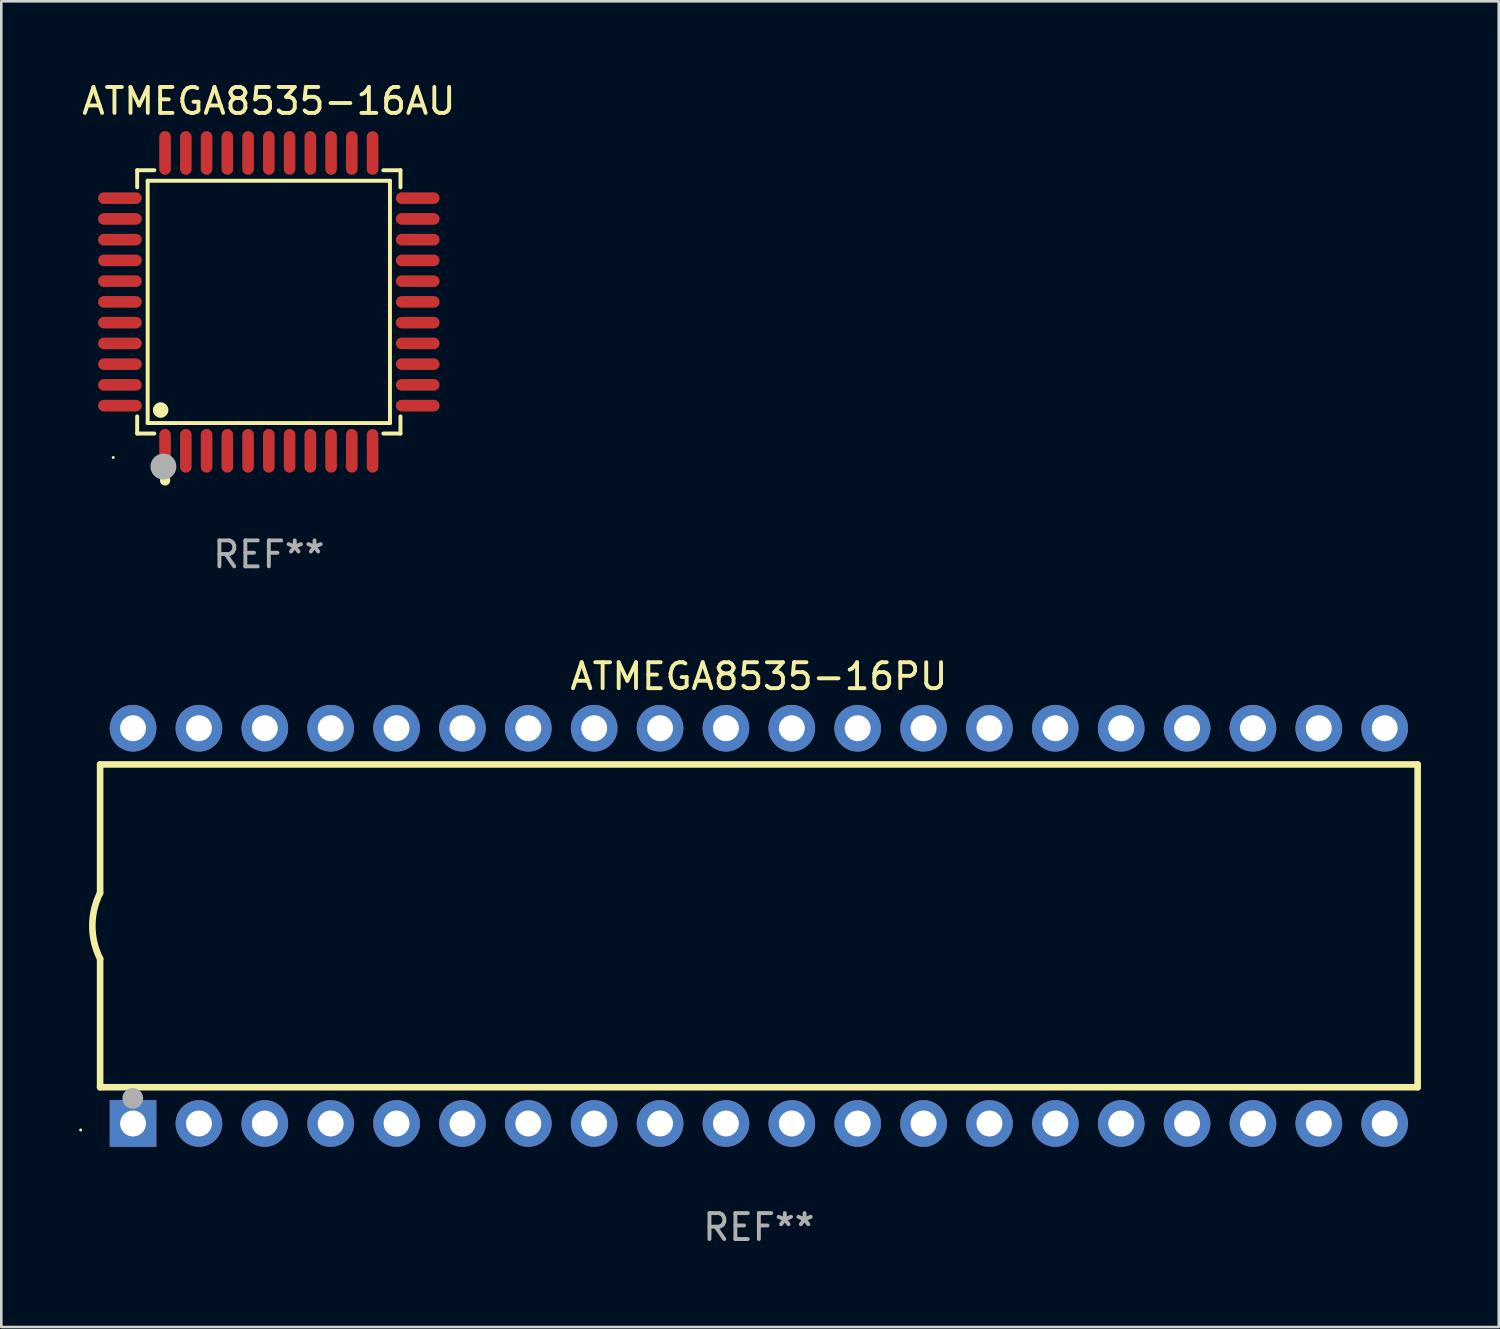
<source format=kicad_pcb>
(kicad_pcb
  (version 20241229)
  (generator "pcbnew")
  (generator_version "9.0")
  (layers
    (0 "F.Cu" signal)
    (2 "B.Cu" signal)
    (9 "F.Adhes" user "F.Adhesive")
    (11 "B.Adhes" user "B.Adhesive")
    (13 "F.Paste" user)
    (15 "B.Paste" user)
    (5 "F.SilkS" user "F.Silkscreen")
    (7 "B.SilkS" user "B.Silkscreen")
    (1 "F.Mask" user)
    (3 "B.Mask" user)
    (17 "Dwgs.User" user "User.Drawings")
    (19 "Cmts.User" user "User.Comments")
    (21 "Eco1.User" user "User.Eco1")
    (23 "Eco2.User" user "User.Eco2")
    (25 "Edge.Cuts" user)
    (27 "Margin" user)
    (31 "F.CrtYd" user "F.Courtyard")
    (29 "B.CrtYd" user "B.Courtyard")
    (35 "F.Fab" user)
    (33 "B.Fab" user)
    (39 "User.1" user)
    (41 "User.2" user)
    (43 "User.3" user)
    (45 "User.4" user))
  (footprint "ATMEGA8535-16AU"
    (layer "F.Cu")
    (at 7.315 8.59)
    (property "Reference" "ATMEGA8535-16AU" (at 0 -7.742 0) (layer "F.SilkS") (effects (font (size 1 1) (thickness 0.15))))
    (attr through_hole)
    (fp_line (start -5.076 -5.076) (end -4.415 -5.076) (stroke (width 0.152) (type solid)) (layer "F.SilkS"))
    (fp_line (start -5.076 -4.415) (end -5.076 -5.076) (stroke (width 0.152) (type solid)) (layer "F.SilkS"))
    (fp_line (start -5.076 4.415) (end -5.076 5.076) (stroke (width 0.152) (type solid)) (layer "F.SilkS"))
    (fp_line (start -5.076 5.076) (end -4.415 5.076) (stroke (width 0.152) (type solid)) (layer "F.SilkS"))
    (fp_line (start -4.671 -4.671) (end 4.671 -4.671) (stroke (width 0.152) (type solid)) (layer "F.SilkS"))
    (fp_line (start -4.671 4.671) (end -4.671 -4.671) (stroke (width 0.152) (type solid)) (layer "F.SilkS"))
    (fp_line (start 4.671 -4.671) (end 4.671 4.671) (stroke (width 0.152) (type solid)) (layer "F.SilkS"))
    (fp_line (start 4.671 4.671) (end -4.671 4.671) (stroke (width 0.152) (type solid)) (layer "F.SilkS"))
    (fp_line (start 5.076 -5.076) (end 4.415 -5.076) (stroke (width 0.152) (type solid)) (layer "F.SilkS"))
    (fp_line (start 5.076 -4.415) (end 5.076 -5.076) (stroke (width 0.152) (type solid)) (layer "F.SilkS"))
    (fp_line (start 5.076 4.415) (end 5.076 5.076) (stroke (width 0.152) (type solid)) (layer "F.SilkS"))
    (fp_line (start 5.076 5.076) (end 4.415 5.076) (stroke (width 0.152) (type solid)) (layer "F.SilkS"))
    (fp_circle (center -6 6) (end -5.97 6) (stroke (width 0.06) (type solid)) (fill no) (layer "F.SilkS"))
    (fp_circle (center -4.171 4.171) (end -4.021 4.171) (stroke (width 0.3) (type solid)) (fill no) (layer "F.SilkS"))
    (fp_circle (center -4 6.884) (end -3.9 6.884) (stroke (width 0.2) (type solid)) (fill no) (layer "F.SilkS"))
    (fp_circle (center -4.064 6.35) (end -3.814 6.35) (stroke (width 0.5) (type solid)) (fill no) (layer "F.Fab"))
    (fp_text user "REF**" (at 0 9.742 0) (layer "F.Fab") (effects (font (size 1 1) (thickness 0.15))))
    (pad "1" smd oval (at -4 5.742) (size 0.448 1.684) (layers "F.Cu" "F.Mask" "F.Paste"))
    (pad "2" smd oval (at -3.2 5.742) (size 0.448 1.684) (layers "F.Cu" "F.Mask" "F.Paste"))
    (pad "3" smd oval (at -2.4 5.742) (size 0.448 1.684) (layers "F.Cu" "F.Mask" "F.Paste"))
    (pad "4" smd oval (at -1.6 5.742) (size 0.448 1.684) (layers "F.Cu" "F.Mask" "F.Paste"))
    (pad "5" smd oval (at -0.8 5.742) (size 0.448 1.684) (layers "F.Cu" "F.Mask" "F.Paste"))
    (pad "6" smd oval (at 0 5.742) (size 0.448 1.684) (layers "F.Cu" "F.Mask" "F.Paste"))
    (pad "7" smd oval (at 0.8 5.742) (size 0.448 1.684) (layers "F.Cu" "F.Mask" "F.Paste"))
    (pad "8" smd oval (at 1.6 5.742) (size 0.448 1.684) (layers "F.Cu" "F.Mask" "F.Paste"))
    (pad "9" smd oval (at 2.4 5.742) (size 0.448 1.684) (layers "F.Cu" "F.Mask" "F.Paste"))
    (pad "10" smd oval (at 3.2 5.742) (size 0.448 1.684) (layers "F.Cu" "F.Mask" "F.Paste"))
    (pad "11" smd oval (at 4 5.742) (size 0.448 1.684) (layers "F.Cu" "F.Mask" "F.Paste"))
    (pad "12" smd oval (at 5.742 4) (size 1.684 0.448) (layers "F.Cu" "F.Mask" "F.Paste"))
    (pad "13" smd oval (at 5.742 3.2) (size 1.684 0.448) (layers "F.Cu" "F.Mask" "F.Paste"))
    (pad "14" smd oval (at 5.742 2.4) (size 1.684 0.448) (layers "F.Cu" "F.Mask" "F.Paste"))
    (pad "15" smd oval (at 5.742 1.6) (size 1.684 0.448) (layers "F.Cu" "F.Mask" "F.Paste"))
    (pad "16" smd oval (at 5.742 0.8) (size 1.684 0.448) (layers "F.Cu" "F.Mask" "F.Paste"))
    (pad "17" smd oval (at 5.742 0) (size 1.684 0.448) (layers "F.Cu" "F.Mask" "F.Paste"))
    (pad "18" smd oval (at 5.742 -0.8) (size 1.684 0.448) (layers "F.Cu" "F.Mask" "F.Paste"))
    (pad "19" smd oval (at 5.742 -1.6) (size 1.684 0.448) (layers "F.Cu" "F.Mask" "F.Paste"))
    (pad "20" smd oval (at 5.742 -2.4) (size 1.684 0.448) (layers "F.Cu" "F.Mask" "F.Paste"))
    (pad "21" smd oval (at 5.742 -3.2) (size 1.684 0.448) (layers "F.Cu" "F.Mask" "F.Paste"))
    (pad "22" smd oval (at 5.742 -4) (size 1.684 0.448) (layers "F.Cu" "F.Mask" "F.Paste"))
    (pad "23" smd oval (at 4 -5.742) (size 0.448 1.684) (layers "F.Cu" "F.Mask" "F.Paste"))
    (pad "24" smd oval (at 3.2 -5.742) (size 0.448 1.684) (layers "F.Cu" "F.Mask" "F.Paste"))
    (pad "25" smd oval (at 2.4 -5.742) (size 0.448 1.684) (layers "F.Cu" "F.Mask" "F.Paste"))
    (pad "26" smd oval (at 1.6 -5.742) (size 0.448 1.684) (layers "F.Cu" "F.Mask" "F.Paste"))
    (pad "27" smd oval (at 0.8 -5.742) (size 0.448 1.684) (layers "F.Cu" "F.Mask" "F.Paste"))
    (pad "28" smd oval (at 0 -5.742) (size 0.448 1.684) (layers "F.Cu" "F.Mask" "F.Paste"))
    (pad "29" smd oval (at -0.8 -5.742) (size 0.448 1.684) (layers "F.Cu" "F.Mask" "F.Paste"))
    (pad "30" smd oval (at -1.6 -5.742) (size 0.448 1.684) (layers "F.Cu" "F.Mask" "F.Paste"))
    (pad "31" smd oval (at -2.4 -5.742) (size 0.448 1.684) (layers "F.Cu" "F.Mask" "F.Paste"))
    (pad "32" smd oval (at -3.2 -5.742) (size 0.448 1.684) (layers "F.Cu" "F.Mask" "F.Paste"))
    (pad "33" smd oval (at -4 -5.742) (size 0.448 1.684) (layers "F.Cu" "F.Mask" "F.Paste"))
    (pad "34" smd oval (at -5.742 -4) (size 1.684 0.448) (layers "F.Cu" "F.Mask" "F.Paste"))
    (pad "35" smd oval (at -5.742 -3.2) (size 1.684 0.448) (layers "F.Cu" "F.Mask" "F.Paste"))
    (pad "36" smd oval (at -5.742 -2.4) (size 1.684 0.448) (layers "F.Cu" "F.Mask" "F.Paste"))
    (pad "37" smd oval (at -5.742 -1.6) (size 1.684 0.448) (layers "F.Cu" "F.Mask" "F.Paste"))
    (pad "38" smd oval (at -5.742 -0.8) (size 1.684 0.448) (layers "F.Cu" "F.Mask" "F.Paste"))
    (pad "39" smd oval (at -5.742 0) (size 1.684 0.448) (layers "F.Cu" "F.Mask" "F.Paste"))
    (pad "40" smd oval (at -5.742 0.8) (size 1.684 0.448) (layers "F.Cu" "F.Mask" "F.Paste"))
    (pad "41" smd oval (at -5.742 1.6) (size 1.684 0.448) (layers "F.Cu" "F.Mask" "F.Paste"))
    (pad "42" smd oval (at -5.742 2.4) (size 1.684 0.448) (layers "F.Cu" "F.Mask" "F.Paste"))
    (pad "43" smd oval (at -5.742 3.2) (size 1.684 0.448) (layers "F.Cu" "F.Mask" "F.Paste"))
    (pad "44" smd oval (at -5.742 4) (size 1.684 0.448) (layers "F.Cu" "F.Mask" "F.Paste")))
  (footprint "ATMEGA8535-16PU"
    (layer "F.Cu")
    (at 26.21 32.649)
    (property "Reference" "ATMEGA8535-16PU" (at 0 -9.62 0) (layer "F.SilkS") (effects (font (size 1 1) (thickness 0.15))))
    (attr through_hole)
    (fp_line (start -25.4 -6.224) (end -25.4 -1.271) (stroke (width 0.254) (type solid)) (layer "F.SilkS"))
    (fp_line (start -25.4 -6.224) (end 25.4 -6.224) (stroke (width 0.254) (type solid)) (layer "F.SilkS"))
    (fp_line (start -25.4 1.269) (end -25.4 6.222) (stroke (width 0.254) (type solid)) (layer "F.SilkS"))
    (fp_line (start -25.4 6.222) (end 25.4 6.222) (stroke (width 0.254) (type solid)) (layer "F.SilkS"))
    (fp_line (start 25.4 6.222) (end 25.4 -6.224) (stroke (width 0.254) (type solid)) (layer "F.SilkS"))
    (fp_arc (start -25.4 1.269241) (mid -25.699807 -0.000762) (end -25.4 -1.270765) (stroke (width 0.254001) (type solid)) (layer "F.SilkS"))
    (fp_circle (center -26.15 7.87) (end -26.12 7.87) (stroke (width 0.06) (type solid)) (fill no) (layer "F.SilkS"))
    (fp_circle (center -24.14 6.65) (end -23.94 6.65) (stroke (width 0.4) (type solid)) (fill no) (layer "F.Fab"))
    (fp_text user "REF**" (at 0 11.62 0) (layer "F.Fab") (effects (font (size 1 1) (thickness 0.15))))
    (pad "1" thru_hole rect (at -24.13 7.62 90) (size 1.8 1.8) (drill 1) (layers "*.Cu" "*.Mask"))
    (pad "2" thru_hole circle (at -21.59 7.62) (size 1.8 1.8) (drill 1) (layers "*.Cu" "*.Mask"))
    (pad "3" thru_hole circle (at -19.05 7.62) (size 1.8 1.8) (drill 1) (layers "*.Cu" "*.Mask"))
    (pad "4" thru_hole circle (at -16.51 7.62) (size 1.8 1.8) (drill 1) (layers "*.Cu" "*.Mask"))
    (pad "5" thru_hole circle (at -13.97 7.62) (size 1.8 1.8) (drill 1) (layers "*.Cu" "*.Mask"))
    (pad "6" thru_hole circle (at -11.43 7.62) (size 1.8 1.8) (drill 1) (layers "*.Cu" "*.Mask"))
    (pad "7" thru_hole circle (at -8.89 7.62) (size 1.8 1.8) (drill 1) (layers "*.Cu" "*.Mask"))
    (pad "8" thru_hole circle (at -6.35 7.62) (size 1.8 1.8) (drill 1) (layers "*.Cu" "*.Mask"))
    (pad "9" thru_hole circle (at -3.81 7.62) (size 1.8 1.8) (drill 1) (layers "*.Cu" "*.Mask"))
    (pad "10" thru_hole circle (at -1.27 7.62) (size 1.8 1.8) (drill 1) (layers "*.Cu" "*.Mask"))
    (pad "11" thru_hole circle (at 1.27 7.62) (size 1.8 1.8) (drill 1) (layers "*.Cu" "*.Mask"))
    (pad "12" thru_hole circle (at 3.81 7.62) (size 1.8 1.8) (drill 1) (layers "*.Cu" "*.Mask"))
    (pad "13" thru_hole circle (at 6.35 7.62) (size 1.8 1.8) (drill 1) (layers "*.Cu" "*.Mask"))
    (pad "14" thru_hole circle (at 8.89 7.62) (size 1.8 1.8) (drill 1) (layers "*.Cu" "*.Mask"))
    (pad "15" thru_hole circle (at 11.43 7.62) (size 1.8 1.8) (drill 1) (layers "*.Cu" "*.Mask"))
    (pad "16" thru_hole circle (at 13.97 7.62) (size 1.8 1.8) (drill 1) (layers "*.Cu" "*.Mask"))
    (pad "17" thru_hole circle (at 16.51 7.62) (size 1.8 1.8) (drill 1) (layers "*.Cu" "*.Mask"))
    (pad "18" thru_hole circle (at 19.05 7.62) (size 1.8 1.8) (drill 1) (layers "*.Cu" "*.Mask"))
    (pad "19" thru_hole circle (at 21.59 7.62) (size 1.8 1.8) (drill 1) (layers "*.Cu" "*.Mask"))
    (pad "20" thru_hole circle (at 24.13 7.62) (size 1.8 1.8) (drill 1) (layers "*.Cu" "*.Mask"))
    (pad "21" thru_hole circle (at 24.13 -7.62) (size 1.8 1.8) (drill 1) (layers "*.Cu" "*.Mask"))
    (pad "22" thru_hole circle (at 21.59 -7.62) (size 1.8 1.8) (drill 1) (layers "*.Cu" "*.Mask"))
    (pad "23" thru_hole circle (at 19.05 -7.62) (size 1.8 1.8) (drill 1) (layers "*.Cu" "*.Mask"))
    (pad "24" thru_hole circle (at 16.51 -7.62) (size 1.8 1.8) (drill 1) (layers "*.Cu" "*.Mask"))
    (pad "25" thru_hole circle (at 13.97 -7.62) (size 1.8 1.8) (drill 1) (layers "*.Cu" "*.Mask"))
    (pad "26" thru_hole circle (at 11.43 -7.62) (size 1.8 1.8) (drill 1) (layers "*.Cu" "*.Mask"))
    (pad "27" thru_hole circle (at 8.89 -7.62) (size 1.8 1.8) (drill 1) (layers "*.Cu" "*.Mask"))
    (pad "28" thru_hole circle (at 6.35 -7.62) (size 1.8 1.8) (drill 1) (layers "*.Cu" "*.Mask"))
    (pad "29" thru_hole circle (at 3.81 -7.62) (size 1.8 1.8) (drill 1) (layers "*.Cu" "*.Mask"))
    (pad "30" thru_hole circle (at 1.27 -7.62) (size 1.8 1.8) (drill 1) (layers "*.Cu" "*.Mask"))
    (pad "31" thru_hole circle (at -1.27 -7.62) (size 1.8 1.8) (drill 1) (layers "*.Cu" "*.Mask"))
    (pad "32" thru_hole circle (at -3.81 -7.62) (size 1.8 1.8) (drill 1) (layers "*.Cu" "*.Mask"))
    (pad "33" thru_hole circle (at -6.35 -7.62) (size 1.8 1.8) (drill 1) (layers "*.Cu" "*.Mask"))
    (pad "34" thru_hole circle (at -8.89 -7.62) (size 1.8 1.8) (drill 1) (layers "*.Cu" "*.Mask"))
    (pad "35" thru_hole circle (at -11.43 -7.62) (size 1.8 1.8) (drill 1) (layers "*.Cu" "*.Mask"))
    (pad "36" thru_hole circle (at -13.97 -7.62) (size 1.8 1.8) (drill 1) (layers "*.Cu" "*.Mask"))
    (pad "37" thru_hole circle (at -16.51 -7.62) (size 1.8 1.8) (drill 1) (layers "*.Cu" "*.Mask"))
    (pad "38" thru_hole circle (at -19.05 -7.62) (size 1.8 1.8) (drill 1) (layers "*.Cu" "*.Mask"))
    (pad "39" thru_hole circle (at -21.59 -7.62) (size 1.8 1.8) (drill 1) (layers "*.Cu" "*.Mask"))
    (pad "40" thru_hole circle (at -24.13 -7.62) (size 1.8 1.8) (drill 1) (layers "*.Cu" "*.Mask")))
  (gr_rect
    (start -3 -3)
    (end 54.737 48.117)
    (stroke (width 0.1) (type default))
    (fill no)
    (layer "Edge.Cuts")))
</source>
